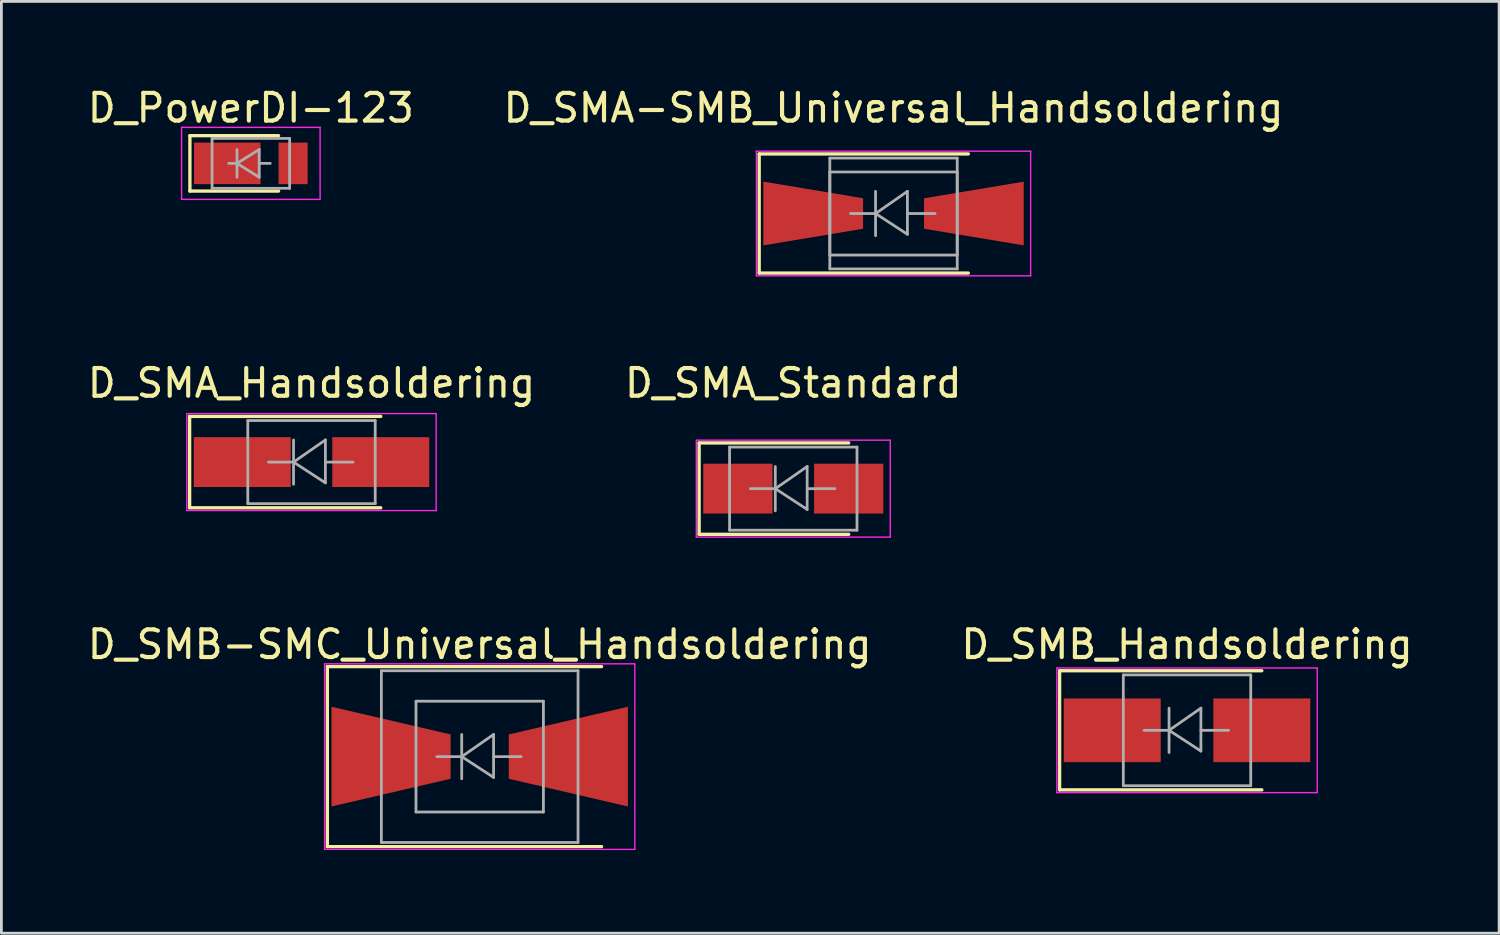
<source format=kicad_pcb>
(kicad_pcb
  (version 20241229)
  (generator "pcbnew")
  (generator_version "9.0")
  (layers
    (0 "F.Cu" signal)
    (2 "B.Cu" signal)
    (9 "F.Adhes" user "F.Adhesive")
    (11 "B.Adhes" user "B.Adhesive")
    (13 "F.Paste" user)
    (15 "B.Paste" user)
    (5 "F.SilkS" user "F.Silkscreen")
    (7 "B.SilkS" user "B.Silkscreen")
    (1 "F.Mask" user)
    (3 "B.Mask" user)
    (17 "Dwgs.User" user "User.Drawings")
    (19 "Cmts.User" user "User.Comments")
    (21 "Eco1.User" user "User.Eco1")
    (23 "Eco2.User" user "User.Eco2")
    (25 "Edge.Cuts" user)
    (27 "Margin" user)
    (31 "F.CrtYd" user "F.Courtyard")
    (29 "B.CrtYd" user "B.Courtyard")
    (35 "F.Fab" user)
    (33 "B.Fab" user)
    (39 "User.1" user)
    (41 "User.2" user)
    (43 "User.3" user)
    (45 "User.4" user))
  (footprint "D_SMB_Handsoldering"
    (layer "F.Cu")
    (at 39.804 23.315)
    (property "Reference" "D_SMB_Handsoldering" (at 0 -3.1 0) (layer "F.SilkS") (effects (font (size 1 1) (thickness 0.15))))
    (attr smd)
    (fp_line (start -4.6 -2.15) (end -4.6 2.15) (stroke (width 0.12) (type solid)) (layer "F.SilkS"))
    (fp_line (start -4.6 -2.15) (end 2.7 -2.15) (stroke (width 0.12) (type solid)) (layer "F.SilkS"))
    (fp_line (start -4.6 2.15) (end 2.7 2.15) (stroke (width 0.12) (type solid)) (layer "F.SilkS"))
    (fp_line (start -4.7 -2.25) (end 4.7 -2.25) (stroke (width 0.05) (type solid)) (layer "F.CrtYd"))
    (fp_line (start -4.7 2.25) (end -4.7 -2.25) (stroke (width 0.05) (type solid)) (layer "F.CrtYd"))
    (fp_line (start 4.7 -2.25) (end 4.7 2.25) (stroke (width 0.05) (type solid)) (layer "F.CrtYd"))
    (fp_line (start 4.7 2.25) (end -4.7 2.25) (stroke (width 0.05) (type solid)) (layer "F.CrtYd"))
    (fp_line (start -2.3 2) (end -2.3 -2) (stroke (width 0.1) (type solid)) (layer "F.Fab"))
    (fp_line (start -0.649 -0.799) (end -0.649 0.801) (stroke (width 0.1) (type solid)) (layer "F.Fab"))
    (fp_line (start -0.649 0.001) (end -1.551 0.001) (stroke (width 0.1) (type solid)) (layer "F.Fab"))
    (fp_line (start -0.649 0.001) (end 0.501 -0.799) (stroke (width 0.1) (type solid)) (layer "F.Fab"))
    (fp_line (start -0.649 0.001) (end 0.501 0.75) (stroke (width 0.1) (type solid)) (layer "F.Fab"))
    (fp_line (start 0.501 0.001) (end 1.499 0.001) (stroke (width 0.1) (type solid)) (layer "F.Fab"))
    (fp_line (start 0.501 0.75) (end 0.501 -0.799) (stroke (width 0.1) (type solid)) (layer "F.Fab"))
    (fp_line (start 2.3 -2) (end -2.3 -2) (stroke (width 0.1) (type solid)) (layer "F.Fab"))
    (fp_line (start 2.3 -2) (end 2.3 2) (stroke (width 0.1) (type solid)) (layer "F.Fab"))
    (fp_line (start 2.3 2) (end -2.3 2) (stroke (width 0.1) (type solid)) (layer "F.Fab"))
    (pad "1" smd rect (at -2.7 0) (size 3.5 2.3) (layers "F.Cu" "F.Mask" "F.Paste"))
    (pad "2" smd rect (at 2.7 0) (size 3.5 2.3) (layers "F.Cu" "F.Mask" "F.Paste")))
  (footprint "D_SMA-SMB_Universal_Handsoldering"
    (layer "F.Cu")
    (at 29.208 4.658)
    (property "Reference" "D_SMA-SMB_Universal_Handsoldering" (at 0 -3.81 0) (layer "F.SilkS") (effects (font (size 1 1) (thickness 0.15))))
    (attr smd)
    (fp_line (start -4.85 -2.15) (end -4.85 2.15) (stroke (width 0.12) (type solid)) (layer "F.SilkS"))
    (fp_line (start -4.85 -2.15) (end 2.7 -2.15) (stroke (width 0.12) (type solid)) (layer "F.SilkS"))
    (fp_line (start -4.85 2.15) (end 2.7 2.15) (stroke (width 0.12) (type solid)) (layer "F.SilkS"))
    (fp_line (start -4.95 -2.25) (end 4.95 -2.25) (stroke (width 0.05) (type solid)) (layer "F.CrtYd"))
    (fp_line (start -4.95 2.25) (end -4.95 -2.25) (stroke (width 0.05) (type solid)) (layer "F.CrtYd"))
    (fp_line (start 4.95 -2.25) (end 4.95 2.25) (stroke (width 0.05) (type solid)) (layer "F.CrtYd"))
    (fp_line (start 4.95 2.25) (end -4.95 2.25) (stroke (width 0.05) (type solid)) (layer "F.CrtYd"))
    (fp_line (start -2.3 1.5) (end -2.3 -1.5) (stroke (width 0.1) (type solid)) (layer "F.Fab"))
    (fp_line (start -2.3 2) (end -2.3 -2) (stroke (width 0.1) (type solid)) (layer "F.Fab"))
    (fp_line (start -0.649 -0.799) (end -0.649 0.801) (stroke (width 0.1) (type solid)) (layer "F.Fab"))
    (fp_line (start -0.649 0.001) (end -1.551 0.001) (stroke (width 0.1) (type solid)) (layer "F.Fab"))
    (fp_line (start -0.649 0.001) (end 0.501 -0.799) (stroke (width 0.1) (type solid)) (layer "F.Fab"))
    (fp_line (start -0.649 0.001) (end 0.501 0.75) (stroke (width 0.1) (type solid)) (layer "F.Fab"))
    (fp_line (start 0.501 0.001) (end 1.499 0.001) (stroke (width 0.1) (type solid)) (layer "F.Fab"))
    (fp_line (start 0.501 0.75) (end 0.501 -0.799) (stroke (width 0.1) (type solid)) (layer "F.Fab"))
    (fp_line (start 2.3 -2) (end -2.3 -2) (stroke (width 0.1) (type solid)) (layer "F.Fab"))
    (fp_line (start 2.3 -2) (end 2.3 2) (stroke (width 0.1) (type solid)) (layer "F.Fab"))
    (fp_line (start 2.3 -1.5) (end -2.3 -1.5) (stroke (width 0.1) (type solid)) (layer "F.Fab"))
    (fp_line (start 2.3 -1.5) (end 2.3 1.5) (stroke (width 0.1) (type solid)) (layer "F.Fab"))
    (fp_line (start 2.3 1.5) (end -2.3 1.5) (stroke (width 0.1) (type solid)) (layer "F.Fab"))
    (fp_line (start 2.3 2) (end -2.3 2) (stroke (width 0.1) (type solid)) (layer "F.Fab"))
    (pad "1" smd trapezoid (at -2.9 0) (size 3.6 1.7) (rect_delta 0.6 0) (layers "F.Cu" "F.Mask" "F.Paste"))
    (pad "2" smd trapezoid (at 2.9 0 180) (size 3.6 1.7) (rect_delta 0.6 0) (layers "F.Cu" "F.Mask" "F.Paste")))
  (footprint "D_PowerDI-123"
    (layer "F.Cu")
    (at 6.006 2.848)
    (property "Reference" "D_PowerDI-123" (at 0 -2 0) (layer "F.SilkS") (effects (font (size 1 1) (thickness 0.15))))
    (attr smd)
    (fp_line (start -2.2 1) (end -2.2 -1) (stroke (width 0.12) (type solid)) (layer "F.SilkS"))
    (fp_line (start -2.2 1) (end 1 1) (stroke (width 0.12) (type solid)) (layer "F.SilkS"))
    (fp_line (start 1 -1) (end -2.2 -1) (stroke (width 0.12) (type solid)) (layer "F.SilkS"))
    (fp_line (start -2.5 -1.3) (end 2.5 -1.3) (stroke (width 0.05) (type solid)) (layer "F.CrtYd"))
    (fp_line (start -2.5 1.3) (end -2.5 -1.3) (stroke (width 0.05) (type solid)) (layer "F.CrtYd"))
    (fp_line (start 2.5 -1.3) (end 2.5 1.3) (stroke (width 0.05) (type solid)) (layer "F.CrtYd"))
    (fp_line (start 2.5 1.3) (end -2.5 1.3) (stroke (width 0.05) (type solid)) (layer "F.CrtYd"))
    (fp_line (start -1.4 -0.9) (end 1.4 -0.9) (stroke (width 0.1) (type solid)) (layer "F.Fab"))
    (fp_line (start -1.4 0.9) (end -1.4 -0.9) (stroke (width 0.1) (type solid)) (layer "F.Fab"))
    (fp_line (start -0.8 0) (end -0.5 0) (stroke (width 0.1) (type solid)) (layer "F.Fab"))
    (fp_line (start -0.5 0) (end -0.5 -0.5) (stroke (width 0.1) (type solid)) (layer "F.Fab"))
    (fp_line (start -0.5 0) (end -0.5 0.5) (stroke (width 0.1) (type solid)) (layer "F.Fab"))
    (fp_line (start -0.5 0) (end 0.3 0.5) (stroke (width 0.1) (type solid)) (layer "F.Fab"))
    (fp_line (start 0.3 -0.5) (end -0.5 0) (stroke (width 0.1) (type solid)) (layer "F.Fab"))
    (fp_line (start 0.3 0) (end 0.7 0) (stroke (width 0.1) (type solid)) (layer "F.Fab"))
    (fp_line (start 0.3 0.5) (end 0.3 -0.5) (stroke (width 0.1) (type solid)) (layer "F.Fab"))
    (fp_line (start 1.4 -0.9) (end 1.4 0.9) (stroke (width 0.1) (type solid)) (layer "F.Fab"))
    (fp_line (start 1.4 0.9) (end -1.4 0.9) (stroke (width 0.1) (type solid)) (layer "F.Fab"))
    (pad "1" smd rect (at -0.85 0 180) (size 2.4 1.5) (layers "F.Cu" "F.Mask" "F.Paste"))
    (pad "2" smd rect (at 1.525 0 180) (size 1.05 1.5) (layers "F.Cu" "F.Mask" "F.Paste")))
  (footprint "D_SMA_Handsoldering"
    (layer "F.Cu")
    (at 8.196 13.632)
    (property "Reference" "D_SMA_Handsoldering" (at 0 -2.85 0) (layer "F.SilkS") (effects (font (size 1 1) (thickness 0.15))))
    (attr smd)
    (fp_line (start -4.4 -1.65) (end -4.4 1.65) (stroke (width 0.12) (type solid)) (layer "F.SilkS"))
    (fp_line (start -4.4 -1.65) (end 2.5 -1.65) (stroke (width 0.12) (type solid)) (layer "F.SilkS"))
    (fp_line (start -4.4 1.65) (end 2.5 1.65) (stroke (width 0.12) (type solid)) (layer "F.SilkS"))
    (fp_line (start -4.5 -1.75) (end 4.5 -1.75) (stroke (width 0.05) (type solid)) (layer "F.CrtYd"))
    (fp_line (start -4.5 1.75) (end -4.5 -1.75) (stroke (width 0.05) (type solid)) (layer "F.CrtYd"))
    (fp_line (start 4.5 -1.75) (end 4.5 1.75) (stroke (width 0.05) (type solid)) (layer "F.CrtYd"))
    (fp_line (start 4.5 1.75) (end -4.5 1.75) (stroke (width 0.05) (type solid)) (layer "F.CrtYd"))
    (fp_line (start -2.3 1.5) (end -2.3 -1.5) (stroke (width 0.1) (type solid)) (layer "F.Fab"))
    (fp_line (start -0.649 -0.799) (end -0.649 0.801) (stroke (width 0.1) (type solid)) (layer "F.Fab"))
    (fp_line (start -0.649 0.001) (end -1.551 0.001) (stroke (width 0.1) (type solid)) (layer "F.Fab"))
    (fp_line (start -0.649 0.001) (end 0.501 -0.799) (stroke (width 0.1) (type solid)) (layer "F.Fab"))
    (fp_line (start -0.649 0.001) (end 0.501 0.75) (stroke (width 0.1) (type solid)) (layer "F.Fab"))
    (fp_line (start 0.501 0.001) (end 1.499 0.001) (stroke (width 0.1) (type solid)) (layer "F.Fab"))
    (fp_line (start 0.501 0.75) (end 0.501 -0.799) (stroke (width 0.1) (type solid)) (layer "F.Fab"))
    (fp_line (start 2.3 -1.5) (end -2.3 -1.5) (stroke (width 0.1) (type solid)) (layer "F.Fab"))
    (fp_line (start 2.3 -1.5) (end 2.3 1.5) (stroke (width 0.1) (type solid)) (layer "F.Fab"))
    (fp_line (start 2.3 1.5) (end -2.3 1.5) (stroke (width 0.1) (type solid)) (layer "F.Fab"))
    (pad "1" smd rect (at -2.5 0) (size 3.5 1.8) (layers "F.Cu" "F.Mask" "F.Paste"))
    (pad "2" smd rect (at 2.5 0) (size 3.5 1.8) (layers "F.Cu" "F.Mask" "F.Paste")))
  (footprint "D_SMB-SMC_Universal_Handsoldering"
    (layer "F.Cu")
    (at 14.268 24.265)
    (property "Reference" "D_SMB-SMC_Universal_Handsoldering" (at 0 -4.05 0) (layer "F.SilkS") (effects (font (size 1 1) (thickness 0.15))))
    (attr smd)
    (fp_line (start -5.5 -3.25) (end 4.4 -3.25) (stroke (width 0.12) (type solid)) (layer "F.SilkS"))
    (fp_line (start -5.5 3.25) (end -5.5 -3.25) (stroke (width 0.12) (type solid)) (layer "F.SilkS"))
    (fp_line (start -5.5 3.25) (end 4.4 3.25) (stroke (width 0.12) (type solid)) (layer "F.SilkS"))
    (fp_line (start -5.6 -3.35) (end 5.6 -3.35) (stroke (width 0.05) (type solid)) (layer "F.CrtYd"))
    (fp_line (start -5.6 3.35) (end -5.6 -3.35) (stroke (width 0.05) (type solid)) (layer "F.CrtYd"))
    (fp_line (start 5.6 -3.35) (end 5.6 3.35) (stroke (width 0.05) (type solid)) (layer "F.CrtYd"))
    (fp_line (start 5.6 3.35) (end -5.6 3.35) (stroke (width 0.05) (type solid)) (layer "F.CrtYd"))
    (fp_line (start -3.55 3.1) (end -3.55 -3.1) (stroke (width 0.1) (type solid)) (layer "F.Fab"))
    (fp_line (start -2.3 2) (end -2.3 -2) (stroke (width 0.1) (type solid)) (layer "F.Fab"))
    (fp_line (start -0.649 -0.799) (end -0.649 0.801) (stroke (width 0.1) (type solid)) (layer "F.Fab"))
    (fp_line (start -0.649 0.001) (end -1.551 0.001) (stroke (width 0.1) (type solid)) (layer "F.Fab"))
    (fp_line (start -0.649 0.001) (end 0.501 -0.799) (stroke (width 0.1) (type solid)) (layer "F.Fab"))
    (fp_line (start -0.649 0.001) (end 0.501 0.75) (stroke (width 0.1) (type solid)) (layer "F.Fab"))
    (fp_line (start 0.501 0.001) (end 1.499 0.001) (stroke (width 0.1) (type solid)) (layer "F.Fab"))
    (fp_line (start 0.501 0.75) (end 0.501 -0.799) (stroke (width 0.1) (type solid)) (layer "F.Fab"))
    (fp_line (start 2.3 -2) (end -2.3 -2) (stroke (width 0.1) (type solid)) (layer "F.Fab"))
    (fp_line (start 2.3 -2) (end 2.3 2) (stroke (width 0.1) (type solid)) (layer "F.Fab"))
    (fp_line (start 2.3 2) (end -2.3 2) (stroke (width 0.1) (type solid)) (layer "F.Fab"))
    (fp_line (start 3.55 -3.1) (end -3.55 -3.1) (stroke (width 0.1) (type solid)) (layer "F.Fab"))
    (fp_line (start 3.55 -3.1) (end 3.55 3.1) (stroke (width 0.1) (type solid)) (layer "F.Fab"))
    (fp_line (start 3.55 3.1) (end -3.55 3.1) (stroke (width 0.1) (type solid)) (layer "F.Fab"))
    (pad "1" smd trapezoid (at -3.2 0) (size 4.3 2.6) (rect_delta 1 0) (layers "F.Cu" "F.Mask" "F.Paste"))
    (pad "2" smd trapezoid (at 3.2 0 180) (size 4.3 2.6) (rect_delta 1 0) (layers "F.Cu" "F.Mask" "F.Paste")))
  (footprint "D_SMA_Standard"
    (layer "F.Cu")
    (at 25.589 14.591)
    (property "Reference" "D_SMA_Standard" (at 0 -3.81 0) (layer "F.SilkS") (effects (font (size 1 1) (thickness 0.15))))
    (attr smd)
    (fp_line (start -3.4 -1.65) (end -3.4 1.65) (stroke (width 0.12) (type solid)) (layer "F.SilkS"))
    (fp_line (start -3.4 -1.65) (end 2 -1.65) (stroke (width 0.12) (type solid)) (layer "F.SilkS"))
    (fp_line (start -3.4 1.65) (end 2 1.65) (stroke (width 0.12) (type solid)) (layer "F.SilkS"))
    (fp_line (start -3.5 -1.75) (end 3.5 -1.75) (stroke (width 0.05) (type solid)) (layer "F.CrtYd"))
    (fp_line (start -3.5 1.75) (end -3.5 -1.75) (stroke (width 0.05) (type solid)) (layer "F.CrtYd"))
    (fp_line (start 3.5 -1.75) (end 3.5 1.75) (stroke (width 0.05) (type solid)) (layer "F.CrtYd"))
    (fp_line (start 3.5 1.75) (end -3.5 1.75) (stroke (width 0.05) (type solid)) (layer "F.CrtYd"))
    (fp_line (start -2.3 1.5) (end -2.3 -1.5) (stroke (width 0.1) (type solid)) (layer "F.Fab"))
    (fp_line (start -0.649 -0.799) (end -0.649 0.801) (stroke (width 0.1) (type solid)) (layer "F.Fab"))
    (fp_line (start -0.649 0.001) (end -1.551 0.001) (stroke (width 0.1) (type solid)) (layer "F.Fab"))
    (fp_line (start -0.649 0.001) (end 0.501 -0.799) (stroke (width 0.1) (type solid)) (layer "F.Fab"))
    (fp_line (start -0.649 0.001) (end 0.501 0.75) (stroke (width 0.1) (type solid)) (layer "F.Fab"))
    (fp_line (start 0.501 0.001) (end 1.499 0.001) (stroke (width 0.1) (type solid)) (layer "F.Fab"))
    (fp_line (start 0.501 0.75) (end 0.501 -0.799) (stroke (width 0.1) (type solid)) (layer "F.Fab"))
    (fp_line (start 2.3 -1.5) (end -2.3 -1.5) (stroke (width 0.1) (type solid)) (layer "F.Fab"))
    (fp_line (start 2.3 -1.5) (end 2.3 1.5) (stroke (width 0.1) (type solid)) (layer "F.Fab"))
    (fp_line (start 2.3 1.5) (end -2.3 1.5) (stroke (width 0.1) (type solid)) (layer "F.Fab"))
    (pad "1" smd rect (at -2 0) (size 2.5 1.8) (layers "F.Cu" "F.Mask" "F.Paste"))
    (pad "2" smd rect (at 2 0) (size 2.5 1.8) (layers "F.Cu" "F.Mask" "F.Paste")))
  (gr_rect
    (start -3 -3)
    (end 51.071 30.64)
    (stroke (width 0.1) (type default))
    (fill no)
    (layer "Edge.Cuts")))
</source>
